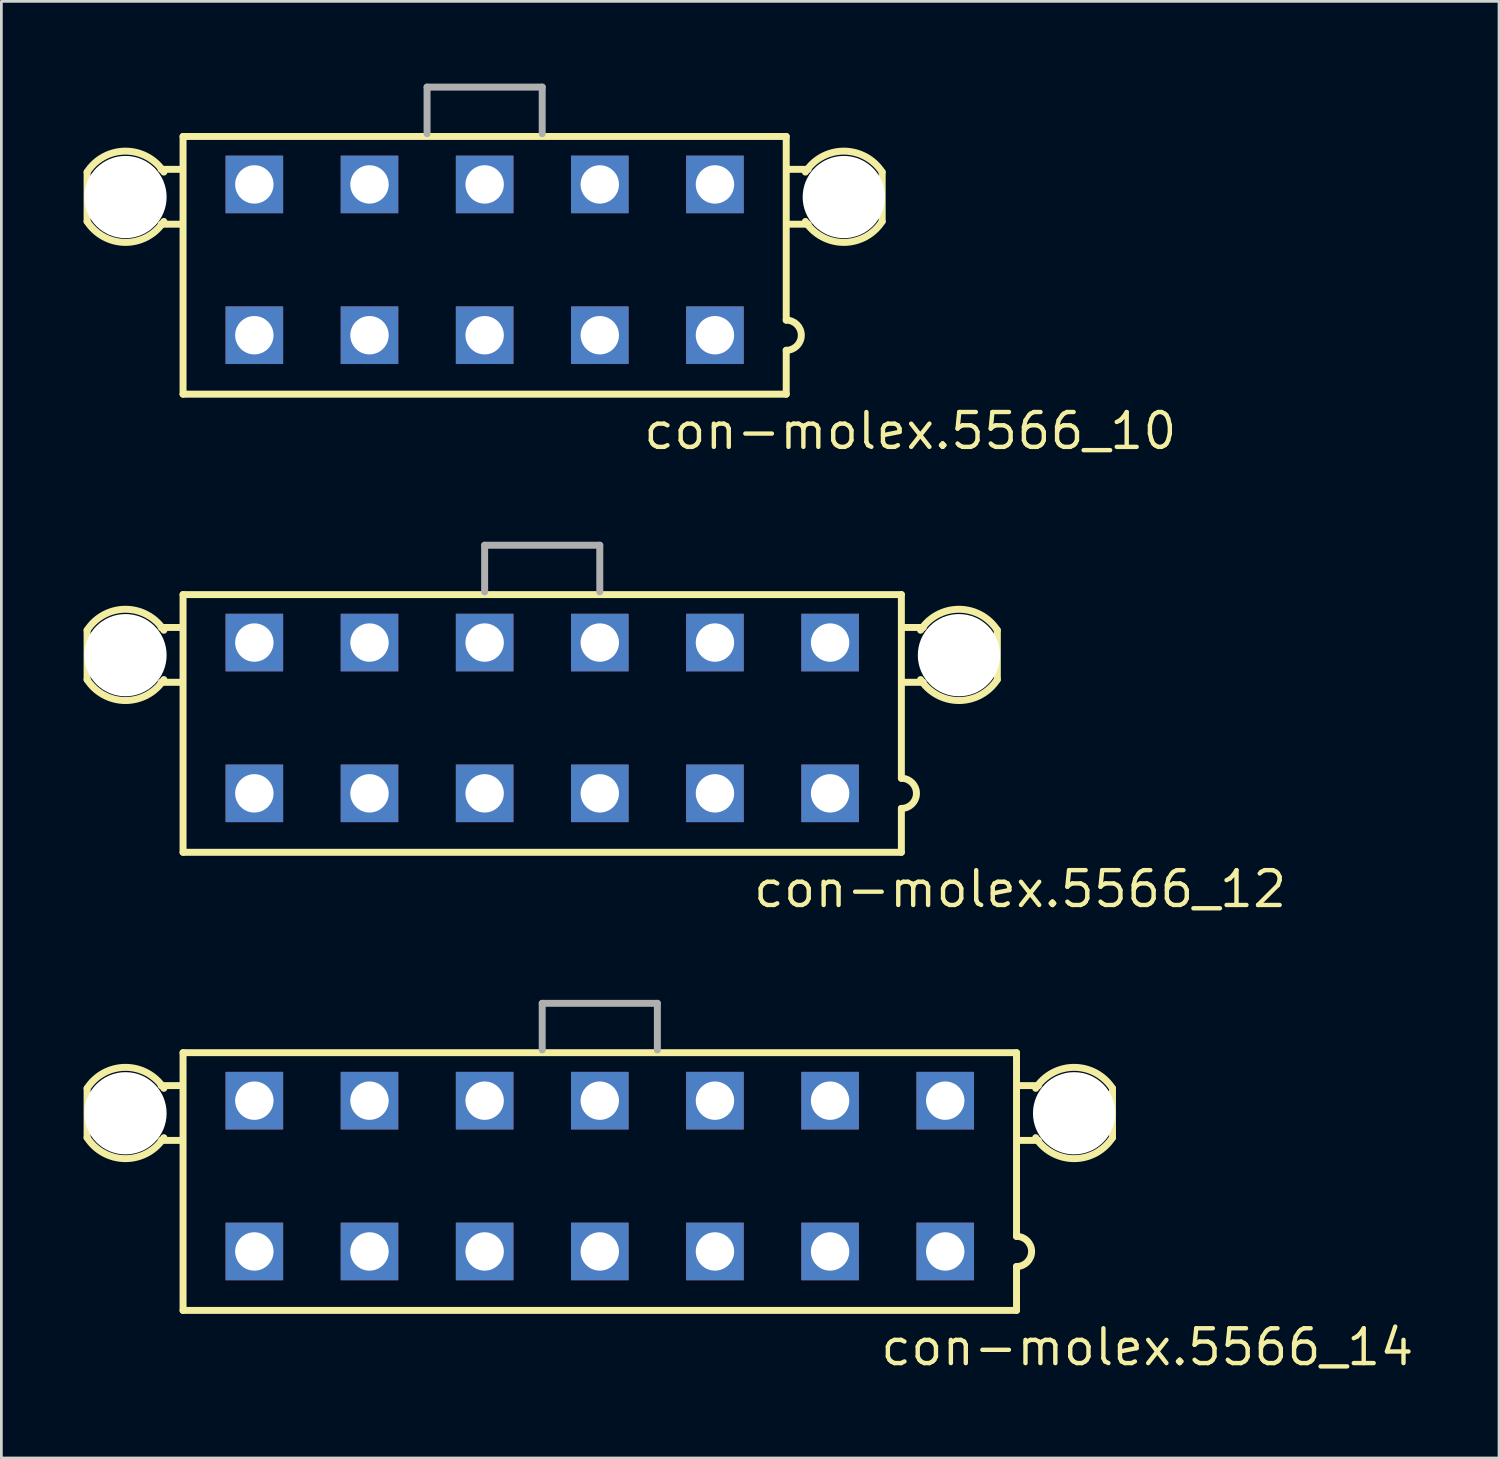
<source format=kicad_pcb>
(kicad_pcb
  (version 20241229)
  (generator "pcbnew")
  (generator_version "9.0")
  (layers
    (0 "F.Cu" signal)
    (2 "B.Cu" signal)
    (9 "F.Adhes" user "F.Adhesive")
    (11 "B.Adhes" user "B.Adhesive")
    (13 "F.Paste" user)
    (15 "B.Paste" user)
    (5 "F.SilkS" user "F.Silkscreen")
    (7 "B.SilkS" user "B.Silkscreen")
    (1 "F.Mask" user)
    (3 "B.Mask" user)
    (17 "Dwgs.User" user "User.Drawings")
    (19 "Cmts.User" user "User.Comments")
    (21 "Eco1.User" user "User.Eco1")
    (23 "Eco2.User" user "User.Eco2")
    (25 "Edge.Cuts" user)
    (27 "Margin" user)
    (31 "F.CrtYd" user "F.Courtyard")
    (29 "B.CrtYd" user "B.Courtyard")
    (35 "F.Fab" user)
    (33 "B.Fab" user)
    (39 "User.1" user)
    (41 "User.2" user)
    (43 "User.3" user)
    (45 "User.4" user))
  (footprint "con-molex.5566_10"
    (layer "F.Cu")
    (at 14.627 6.427)
    (property "Reference" "con-molex.5566_10" (at 5.715 6.985 0) (layer "F.SilkS") (effects (font (size 1.27 1.27) (thickness 0.16)) (justify left bottom)))
    (attr through_hole)
    (fp_line (start -14.5 -3.2) (end -14.5 -1.4) (stroke (width 0.254) (type default)) (layer "F.SilkS"))
    (fp_line (start -11.8 -3.3) (end -11.1 -3.3) (stroke (width 0.254) (type default)) (layer "F.SilkS"))
    (fp_line (start -11.8 -1.3) (end -11.1 -1.3) (stroke (width 0.254) (type default)) (layer "F.SilkS"))
    (fp_line (start -11 -4.5) (end 11 -4.5) (stroke (width 0.254) (type default)) (layer "F.SilkS"))
    (fp_line (start -11 4.9) (end -11 -4.5) (stroke (width 0.254) (type default)) (layer "F.SilkS"))
    (fp_line (start 11 -4.5) (end 11 2.2) (stroke (width 0.254) (type default)) (layer "F.SilkS"))
    (fp_line (start 11 3.3) (end 11 4.9) (stroke (width 0.254) (type default)) (layer "F.SilkS"))
    (fp_line (start 11 4.9) (end -11 4.9) (stroke (width 0.254) (type default)) (layer "F.SilkS"))
    (fp_line (start 11.8 -3.3) (end 11.1 -3.3) (stroke (width 0.254) (type default)) (layer "F.SilkS"))
    (fp_line (start 11.8 -1.3) (end 11.1 -1.3) (stroke (width 0.254) (type default)) (layer "F.SilkS"))
    (fp_line (start 14.5 -1.4) (end 14.5 -3.2) (stroke (width 0.254) (type default)) (layer "F.SilkS"))
    (fp_arc (start -14.5 -3.2) (mid -13.1 -3.964332) (end -11.7 -3.2) (stroke (width 0.254) (type default)) (layer "F.SilkS"))
    (fp_arc (start -11.7 -1.4) (mid -13.1 -0.635668) (end -14.5 -1.4) (stroke (width 0.254) (type default)) (layer "F.SilkS"))
    (fp_arc (start 11 2.2) (mid 11.55 2.75) (end 11 3.3) (stroke (width 0.254) (type default)) (layer "F.SilkS"))
    (fp_arc (start 11.7 -3.2) (mid 13.1 -3.964332) (end 14.5 -3.2) (stroke (width 0.254) (type default)) (layer "F.SilkS"))
    (fp_arc (start 14.5 -1.4) (mid 13.1 -0.635668) (end 11.7 -1.4) (stroke (width 0.254) (type default)) (layer "F.SilkS"))
    (fp_line (start -2.1 -6.3) (end -2.1 -4.6) (stroke (width 0.254) (type default)) (layer "F.Fab"))
    (fp_line (start -2.1 -6.3) (end 2.1 -6.3) (stroke (width 0.254) (type default)) (layer "F.Fab"))
    (fp_line (start 2.1 -6.3) (end 2.1 -4.6) (stroke (width 0.254) (type default)) (layer "F.Fab"))
    (pad "" np_thru_hole circle (at -13.1 -2.29) (size 3 3) (drill 3) (layers "*.Cu" "*.Mask"))
    (pad "" np_thru_hole circle (at 13.1 -2.29) (size 3 3) (drill 3) (layers "*.Cu" "*.Mask"))
    (pad "1" thru_hole rect (at 8.4 2.75) (size 2.1 2.1) (drill 1.4) (layers "*.Cu" "*.Mask"))
    (pad "2" thru_hole rect (at 4.2 2.75) (size 2.1 2.1) (drill 1.4) (layers "*.Cu" "*.Mask"))
    (pad "3" thru_hole rect (at 0 2.75) (size 2.1 2.1) (drill 1.4) (layers "*.Cu" "*.Mask"))
    (pad "4" thru_hole rect (at -4.2 2.75) (size 2.1 2.1) (drill 1.4) (layers "*.Cu" "*.Mask"))
    (pad "5" thru_hole rect (at -8.4 2.75) (size 2.1 2.1) (drill 1.4) (layers "*.Cu" "*.Mask"))
    (pad "6" thru_hole rect (at 8.4 -2.75) (size 2.1 2.1) (drill 1.4) (layers "*.Cu" "*.Mask"))
    (pad "7" thru_hole rect (at 4.2 -2.75) (size 2.1 2.1) (drill 1.4) (layers "*.Cu" "*.Mask"))
    (pad "8" thru_hole rect (at 0 -2.75) (size 2.1 2.1) (drill 1.4) (layers "*.Cu" "*.Mask"))
    (pad "9" thru_hole rect (at -4.2 -2.75) (size 2.1 2.1) (drill 1.4) (layers "*.Cu" "*.Mask"))
    (pad "10" thru_hole rect (at -8.4 -2.75) (size 2.1 2.1) (drill 1.4) (layers "*.Cu" "*.Mask")))
  (footprint "con-molex.5566_12"
    (layer "F.Cu")
    (at 16.727 23.137)
    (property "Reference" "con-molex.5566_12" (at 7.62 6.985 0) (layer "F.SilkS") (effects (font (size 1.27 1.27) (thickness 0.16)) (justify left bottom)))
    (attr through_hole)
    (fp_line (start -16.6 -3.2) (end -16.6 -1.4) (stroke (width 0.254) (type default)) (layer "F.SilkS"))
    (fp_line (start -13.9 -3.3) (end -13.2 -3.3) (stroke (width 0.254) (type default)) (layer "F.SilkS"))
    (fp_line (start -13.9 -1.3) (end -13.2 -1.3) (stroke (width 0.254) (type default)) (layer "F.SilkS"))
    (fp_line (start -13.1 -4.5) (end 13.1 -4.5) (stroke (width 0.254) (type default)) (layer "F.SilkS"))
    (fp_line (start -13.1 4.9) (end -13.1 -4.5) (stroke (width 0.254) (type default)) (layer "F.SilkS"))
    (fp_line (start 13.1 -4.5) (end 13.1 2.2) (stroke (width 0.254) (type default)) (layer "F.SilkS"))
    (fp_line (start 13.1 3.3) (end 13.1 4.9) (stroke (width 0.254) (type default)) (layer "F.SilkS"))
    (fp_line (start 13.1 4.9) (end -13.1 4.9) (stroke (width 0.254) (type default)) (layer "F.SilkS"))
    (fp_line (start 13.9 -3.3) (end 13.2 -3.3) (stroke (width 0.254) (type default)) (layer "F.SilkS"))
    (fp_line (start 13.9 -1.3) (end 13.2 -1.3) (stroke (width 0.254) (type default)) (layer "F.SilkS"))
    (fp_line (start 16.6 -1.4) (end 16.6 -3.2) (stroke (width 0.254) (type default)) (layer "F.SilkS"))
    (fp_arc (start -16.6 -3.2) (mid -15.2 -3.964332) (end -13.8 -3.2) (stroke (width 0.254) (type default)) (layer "F.SilkS"))
    (fp_arc (start -13.8 -1.4) (mid -15.2 -0.635668) (end -16.6 -1.4) (stroke (width 0.254) (type default)) (layer "F.SilkS"))
    (fp_arc (start 13.1 2.2) (mid 13.65 2.75) (end 13.1 3.3) (stroke (width 0.254) (type default)) (layer "F.SilkS"))
    (fp_arc (start 13.8 -3.2) (mid 15.2 -3.964332) (end 16.6 -3.2) (stroke (width 0.254) (type default)) (layer "F.SilkS"))
    (fp_arc (start 16.6 -1.4) (mid 15.2 -0.635668) (end 13.8 -1.4) (stroke (width 0.254) (type default)) (layer "F.SilkS"))
    (fp_line (start -2.1 -6.3) (end -2.1 -4.6) (stroke (width 0.254) (type default)) (layer "F.Fab"))
    (fp_line (start -2.1 -6.3) (end 2.1 -6.3) (stroke (width 0.254) (type default)) (layer "F.Fab"))
    (fp_line (start 2.1 -6.3) (end 2.1 -4.6) (stroke (width 0.254) (type default)) (layer "F.Fab"))
    (pad "" np_thru_hole circle (at -15.2 -2.29) (size 3 3) (drill 3) (layers "*.Cu" "*.Mask"))
    (pad "" np_thru_hole circle (at 15.2 -2.29) (size 3 3) (drill 3) (layers "*.Cu" "*.Mask"))
    (pad "1" thru_hole rect (at 10.5 2.75) (size 2.1 2.1) (drill 1.4) (layers "*.Cu" "*.Mask"))
    (pad "2" thru_hole rect (at 6.3 2.75) (size 2.1 2.1) (drill 1.4) (layers "*.Cu" "*.Mask"))
    (pad "3" thru_hole rect (at 2.1 2.75) (size 2.1 2.1) (drill 1.4) (layers "*.Cu" "*.Mask"))
    (pad "4" thru_hole rect (at -2.1 2.75) (size 2.1 2.1) (drill 1.4) (layers "*.Cu" "*.Mask"))
    (pad "5" thru_hole rect (at -6.3 2.75) (size 2.1 2.1) (drill 1.4) (layers "*.Cu" "*.Mask"))
    (pad "6" thru_hole rect (at -10.5 2.75) (size 2.1 2.1) (drill 1.4) (layers "*.Cu" "*.Mask"))
    (pad "7" thru_hole rect (at 10.5 -2.75) (size 2.1 2.1) (drill 1.4) (layers "*.Cu" "*.Mask"))
    (pad "8" thru_hole rect (at 6.3 -2.75) (size 2.1 2.1) (drill 1.4) (layers "*.Cu" "*.Mask"))
    (pad "9" thru_hole rect (at 2.1 -2.75) (size 2.1 2.1) (drill 1.4) (layers "*.Cu" "*.Mask"))
    (pad "10" thru_hole rect (at -2.1 -2.75) (size 2.1 2.1) (drill 1.4) (layers "*.Cu" "*.Mask"))
    (pad "11" thru_hole rect (at -6.3 -2.75) (size 2.1 2.1) (drill 1.4) (layers "*.Cu" "*.Mask"))
    (pad "12" thru_hole rect (at -10.5 -2.75) (size 2.1 2.1) (drill 1.4) (layers "*.Cu" "*.Mask")))
  (footprint "con-molex.5566_14"
    (layer "F.Cu")
    (at 18.827 39.846)
    (property "Reference" "con-molex.5566_14" (at 10.16 6.985 0) (layer "F.SilkS") (effects (font (size 1.27 1.27) (thickness 0.16)) (justify left bottom)))
    (attr through_hole)
    (fp_line (start -18.7 -3.2) (end -18.7 -1.4) (stroke (width 0.254) (type default)) (layer "F.SilkS"))
    (fp_line (start -16 -3.3) (end -15.3 -3.3) (stroke (width 0.254) (type default)) (layer "F.SilkS"))
    (fp_line (start -16 -1.3) (end -15.3 -1.3) (stroke (width 0.254) (type default)) (layer "F.SilkS"))
    (fp_line (start -15.2 -4.5) (end 15.2 -4.5) (stroke (width 0.254) (type default)) (layer "F.SilkS"))
    (fp_line (start -15.2 4.9) (end -15.2 -4.5) (stroke (width 0.254) (type default)) (layer "F.SilkS"))
    (fp_line (start 15.2 -4.5) (end 15.2 2.2) (stroke (width 0.254) (type default)) (layer "F.SilkS"))
    (fp_line (start 15.2 3.3) (end 15.2 4.9) (stroke (width 0.254) (type default)) (layer "F.SilkS"))
    (fp_line (start 15.2 4.9) (end -15.2 4.9) (stroke (width 0.254) (type default)) (layer "F.SilkS"))
    (fp_line (start 16 -3.3) (end 15.3 -3.3) (stroke (width 0.254) (type default)) (layer "F.SilkS"))
    (fp_line (start 16 -1.3) (end 15.3 -1.3) (stroke (width 0.254) (type default)) (layer "F.SilkS"))
    (fp_line (start 18.7 -1.4) (end 18.7 -3.2) (stroke (width 0.254) (type default)) (layer "F.SilkS"))
    (fp_arc (start -18.7 -3.2) (mid -17.3 -3.964332) (end -15.9 -3.2) (stroke (width 0.254) (type default)) (layer "F.SilkS"))
    (fp_arc (start -15.9 -1.4) (mid -17.3 -0.635668) (end -18.7 -1.4) (stroke (width 0.254) (type default)) (layer "F.SilkS"))
    (fp_arc (start 15.2 2.2) (mid 15.75 2.75) (end 15.2 3.3) (stroke (width 0.254) (type default)) (layer "F.SilkS"))
    (fp_arc (start 15.9 -3.2) (mid 17.3 -3.964332) (end 18.7 -3.2) (stroke (width 0.254) (type default)) (layer "F.SilkS"))
    (fp_arc (start 18.7 -1.4) (mid 17.3 -0.635668) (end 15.9 -1.4) (stroke (width 0.254) (type default)) (layer "F.SilkS"))
    (fp_line (start -2.1 -6.3) (end -2.1 -4.6) (stroke (width 0.254) (type default)) (layer "F.Fab"))
    (fp_line (start -2.1 -6.3) (end 2.1 -6.3) (stroke (width 0.254) (type default)) (layer "F.Fab"))
    (fp_line (start 2.1 -6.3) (end 2.1 -4.6) (stroke (width 0.254) (type default)) (layer "F.Fab"))
    (pad "" np_thru_hole circle (at -17.3 -2.29) (size 3 3) (drill 3) (layers "*.Cu" "*.Mask"))
    (pad "" np_thru_hole circle (at 17.3 -2.29) (size 3 3) (drill 3) (layers "*.Cu" "*.Mask"))
    (pad "1" thru_hole rect (at 12.6 2.75) (size 2.1 2.1) (drill 1.4) (layers "*.Cu" "*.Mask"))
    (pad "2" thru_hole rect (at 8.4 2.75) (size 2.1 2.1) (drill 1.4) (layers "*.Cu" "*.Mask"))
    (pad "3" thru_hole rect (at 4.2 2.75) (size 2.1 2.1) (drill 1.4) (layers "*.Cu" "*.Mask"))
    (pad "4" thru_hole rect (at 0 2.75) (size 2.1 2.1) (drill 1.4) (layers "*.Cu" "*.Mask"))
    (pad "5" thru_hole rect (at -4.2 2.75) (size 2.1 2.1) (drill 1.4) (layers "*.Cu" "*.Mask"))
    (pad "6" thru_hole rect (at -8.4 2.75) (size 2.1 2.1) (drill 1.4) (layers "*.Cu" "*.Mask"))
    (pad "7" thru_hole rect (at -12.6 2.75) (size 2.1 2.1) (drill 1.4) (layers "*.Cu" "*.Mask"))
    (pad "8" thru_hole rect (at 12.6 -2.75) (size 2.1 2.1) (drill 1.4) (layers "*.Cu" "*.Mask"))
    (pad "9" thru_hole rect (at 8.4 -2.75) (size 2.1 2.1) (drill 1.4) (layers "*.Cu" "*.Mask"))
    (pad "10" thru_hole rect (at 4.2 -2.75) (size 2.1 2.1) (drill 1.4) (layers "*.Cu" "*.Mask"))
    (pad "11" thru_hole rect (at 0 -2.75) (size 2.1 2.1) (drill 1.4) (layers "*.Cu" "*.Mask"))
    (pad "12" thru_hole rect (at -4.2 -2.75) (size 2.1 2.1) (drill 1.4) (layers "*.Cu" "*.Mask"))
    (pad "13" thru_hole rect (at -8.4 -2.75) (size 2.1 2.1) (drill 1.4) (layers "*.Cu" "*.Mask"))
    (pad "14" thru_hole rect (at -12.6 -2.75) (size 2.1 2.1) (drill 1.4) (layers "*.Cu" "*.Mask")))
  (gr_rect
    (start -3 -3)
    (end 51.626 50.129)
    (stroke (width 0.1) (type default))
    (fill no)
    (layer "Edge.Cuts")))
</source>
